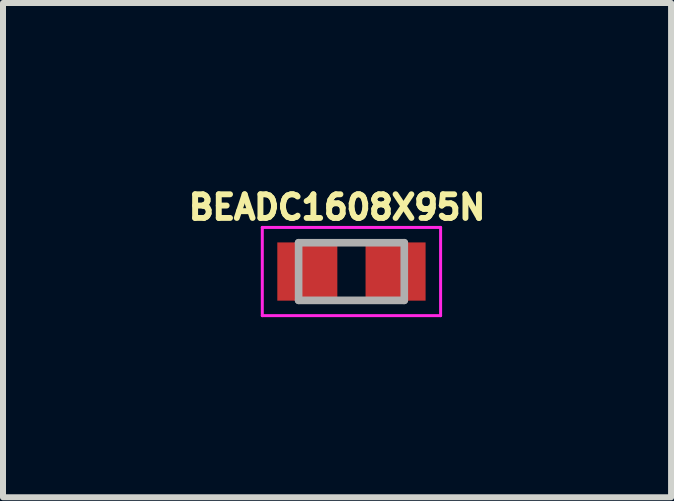
<source format=kicad_pcb>
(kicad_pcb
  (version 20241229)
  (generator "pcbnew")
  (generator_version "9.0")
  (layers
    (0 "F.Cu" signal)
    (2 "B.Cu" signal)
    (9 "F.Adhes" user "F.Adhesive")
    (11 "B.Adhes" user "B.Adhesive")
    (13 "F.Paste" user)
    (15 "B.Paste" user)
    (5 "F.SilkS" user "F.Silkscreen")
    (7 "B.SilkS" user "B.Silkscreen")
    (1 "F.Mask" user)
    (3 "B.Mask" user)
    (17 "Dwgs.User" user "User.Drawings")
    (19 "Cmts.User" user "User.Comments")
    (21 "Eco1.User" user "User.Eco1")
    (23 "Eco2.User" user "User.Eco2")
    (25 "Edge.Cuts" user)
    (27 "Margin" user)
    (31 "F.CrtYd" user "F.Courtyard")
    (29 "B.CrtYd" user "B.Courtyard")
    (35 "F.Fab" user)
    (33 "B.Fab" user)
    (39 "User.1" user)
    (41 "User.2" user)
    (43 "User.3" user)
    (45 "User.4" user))
  (footprint "BEADC1608X95N"
    (layer "F.Cu")
    (at 2.804 1.473)
    (property "Reference" "BEADC1608X95N" (at -0.24 -1.07 0) (layer "F.SilkS") (effects (font (size 0.394 0.394) (thickness 0.15))))
    (attr smd)
    (fp_line (start -1.485 -0.735) (end 1.485 -0.735) (stroke (width 0.05) (type solid)) (layer "F.CrtYd"))
    (fp_line (start -1.485 0.735) (end -1.485 -0.735) (stroke (width 0.05) (type solid)) (layer "F.CrtYd"))
    (fp_line (start -1.485 0.735) (end 1.485 0.735) (stroke (width 0.05) (type solid)) (layer "F.CrtYd"))
    (fp_line (start 1.485 0.735) (end 1.485 -0.735) (stroke (width 0.05) (type solid)) (layer "F.CrtYd"))
    (fp_line (start -0.88 0.48) (end -0.88 -0.48) (stroke (width 0.127) (type solid)) (layer "F.Fab"))
    (fp_line (start 0.88 -0.48) (end -0.88 -0.48) (stroke (width 0.127) (type solid)) (layer "F.Fab"))
    (fp_line (start 0.88 0.48) (end -0.88 0.48) (stroke (width 0.127) (type solid)) (layer "F.Fab"))
    (fp_line (start 0.88 0.48) (end 0.88 -0.48) (stroke (width 0.127) (type solid)) (layer "F.Fab"))
    (pad "1" smd rect (at -0.735 0) (size 1 0.97) (layers "F.Cu" "F.Mask" "F.Paste"))
    (pad "2" smd rect (at 0.735 0) (size 1 0.97) (layers "F.Cu" "F.Mask" "F.Paste")))
  (gr_rect
    (start -3 -3)
    (end 8.128 5.233)
    (stroke (width 0.1) (type default))
    (fill no)
    (layer "Edge.Cuts")))
</source>
